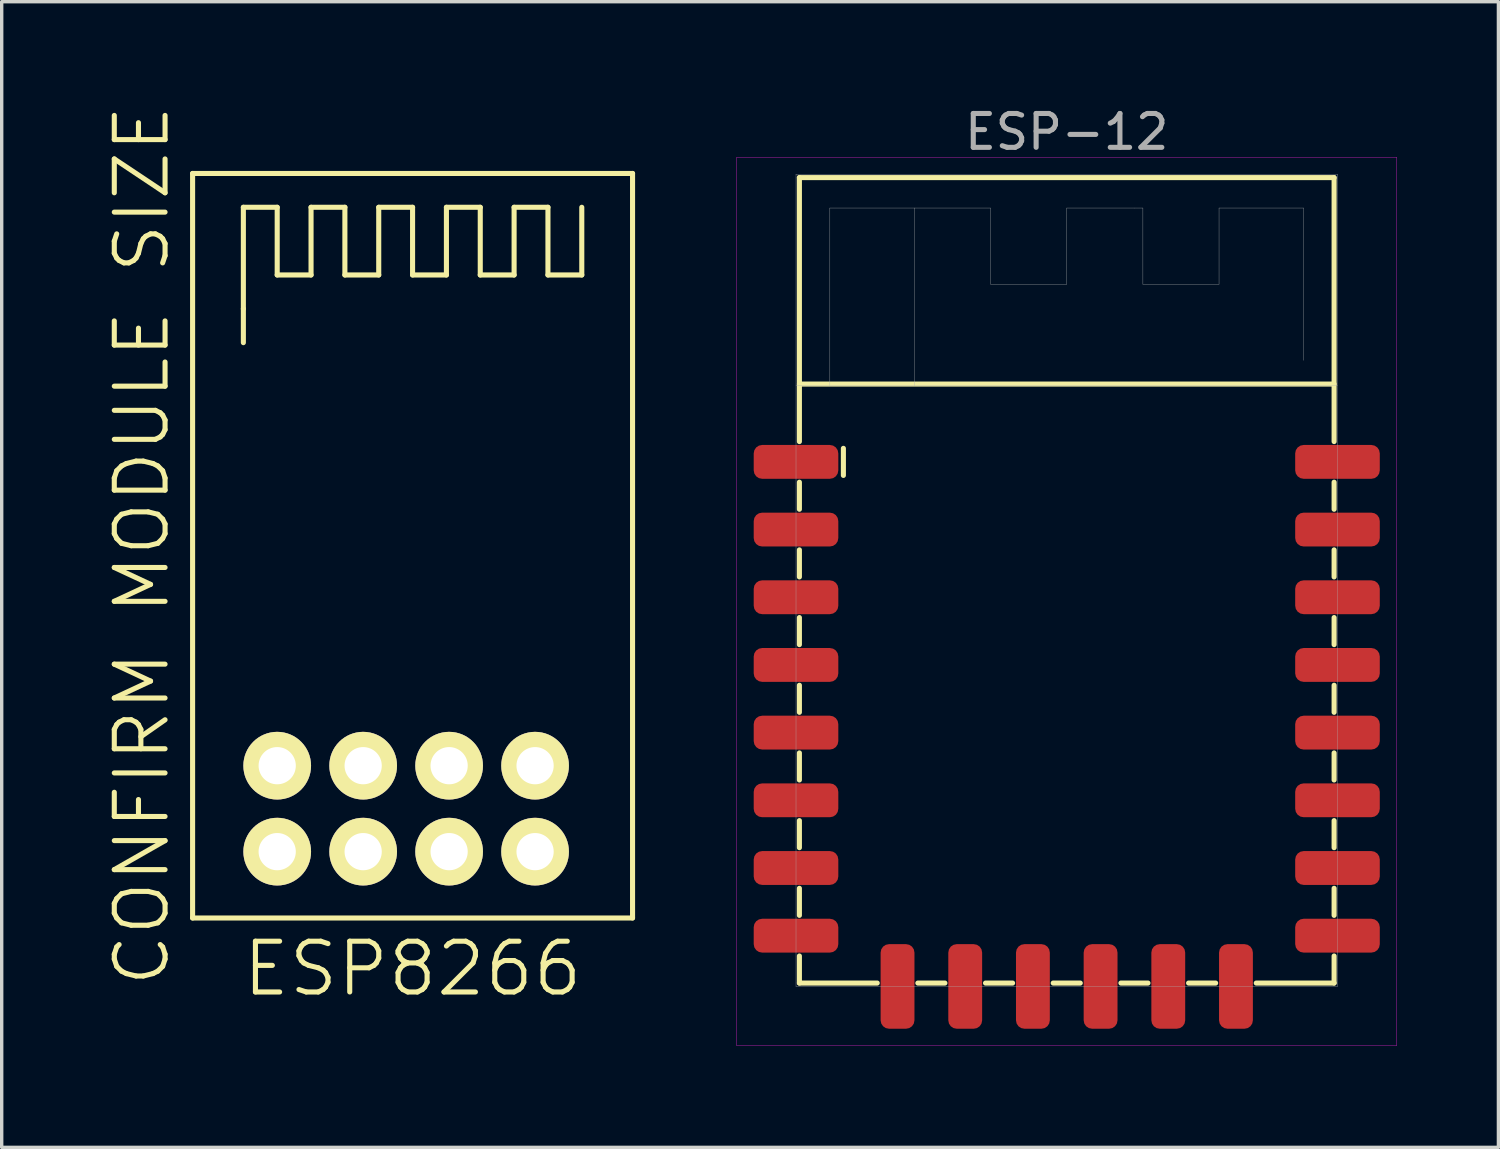
<source format=kicad_pcb>
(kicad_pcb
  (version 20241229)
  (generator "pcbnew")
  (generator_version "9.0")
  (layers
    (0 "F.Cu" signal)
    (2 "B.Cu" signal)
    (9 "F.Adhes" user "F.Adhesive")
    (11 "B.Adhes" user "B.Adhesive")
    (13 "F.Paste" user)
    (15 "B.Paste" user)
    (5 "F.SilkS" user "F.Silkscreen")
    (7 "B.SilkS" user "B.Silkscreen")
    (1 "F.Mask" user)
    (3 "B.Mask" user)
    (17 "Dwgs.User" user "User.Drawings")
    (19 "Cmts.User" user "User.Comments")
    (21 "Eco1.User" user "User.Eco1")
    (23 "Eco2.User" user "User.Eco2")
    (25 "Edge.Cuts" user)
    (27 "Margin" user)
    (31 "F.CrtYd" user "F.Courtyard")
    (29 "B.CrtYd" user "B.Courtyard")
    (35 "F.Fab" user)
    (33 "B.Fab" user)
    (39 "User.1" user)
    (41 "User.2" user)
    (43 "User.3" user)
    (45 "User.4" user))
  (footprint "ESP-12"
    (layer "F.Cu")
    (at 28.471 10.598)
    (property "Reference" "ESP-12" (at 0 -9.75 0) (layer "F.Fab") (effects (font (size 1 1) (thickness 0.15))))
    (attr through_hole)
    (fp_line (start -7.9 -8.4) (end -7.9 -0.6) (stroke (width 0.15) (type solid)) (layer "F.SilkS"))
    (fp_line (start -7.9 -2.3) (end 7.9 -2.3) (stroke (width 0.15) (type solid)) (layer "F.SilkS"))
    (fp_line (start -7.9 0.6) (end -7.9 1.4) (stroke (width 0.15) (type solid)) (layer "F.SilkS"))
    (fp_line (start -7.9 2.6) (end -7.9 3.4) (stroke (width 0.15) (type solid)) (layer "F.SilkS"))
    (fp_line (start -7.9 4.6) (end -7.9 5.4) (stroke (width 0.15) (type solid)) (layer "F.SilkS"))
    (fp_line (start -7.9 6.6) (end -7.9 7.4) (stroke (width 0.15) (type solid)) (layer "F.SilkS"))
    (fp_line (start -7.9 8.6) (end -7.9 9.4) (stroke (width 0.15) (type solid)) (layer "F.SilkS"))
    (fp_line (start -7.9 10.6) (end -7.9 11.4) (stroke (width 0.15) (type solid)) (layer "F.SilkS"))
    (fp_line (start -7.9 12.6) (end -7.9 13.4) (stroke (width 0.15) (type solid)) (layer "F.SilkS"))
    (fp_line (start -7.9 14.6) (end -7.9 15.4) (stroke (width 0.15) (type solid)) (layer "F.SilkS"))
    (fp_line (start -7.9 15.4) (end -5.6 15.4) (stroke (width 0.15) (type solid)) (layer "F.SilkS"))
    (fp_line (start -6.6 -0.4) (end -6.6 0.4) (stroke (width 0.15) (type solid)) (layer "F.SilkS"))
    (fp_line (start -4.4 15.4) (end -3.6 15.4) (stroke (width 0.15) (type solid)) (layer "F.SilkS"))
    (fp_line (start -2.4 15.4) (end -1.6 15.4) (stroke (width 0.15) (type solid)) (layer "F.SilkS"))
    (fp_line (start -0.4 15.4) (end 0.4 15.4) (stroke (width 0.15) (type solid)) (layer "F.SilkS"))
    (fp_line (start 1.6 15.4) (end 2.4 15.4) (stroke (width 0.15) (type solid)) (layer "F.SilkS"))
    (fp_line (start 3.6 15.4) (end 4.4 15.4) (stroke (width 0.15) (type solid)) (layer "F.SilkS"))
    (fp_line (start 5.6 15.4) (end 7.9 15.4) (stroke (width 0.15) (type solid)) (layer "F.SilkS"))
    (fp_line (start 7.9 -8.4) (end -7.9 -8.4) (stroke (width 0.15) (type solid)) (layer "F.SilkS"))
    (fp_line (start 7.9 -0.6) (end 7.9 -8.4) (stroke (width 0.15) (type solid)) (layer "F.SilkS"))
    (fp_line (start 7.9 1.4) (end 7.9 0.6) (stroke (width 0.15) (type solid)) (layer "F.SilkS"))
    (fp_line (start 7.9 3.4) (end 7.9 2.6) (stroke (width 0.15) (type solid)) (layer "F.SilkS"))
    (fp_line (start 7.9 5.4) (end 7.9 4.6) (stroke (width 0.15) (type solid)) (layer "F.SilkS"))
    (fp_line (start 7.9 7.4) (end 7.9 6.6) (stroke (width 0.15) (type solid)) (layer "F.SilkS"))
    (fp_line (start 7.9 9.4) (end 7.9 8.6) (stroke (width 0.15) (type solid)) (layer "F.SilkS"))
    (fp_line (start 7.9 11.4) (end 7.9 10.6) (stroke (width 0.15) (type solid)) (layer "F.SilkS"))
    (fp_line (start 7.9 13.4) (end 7.9 12.6) (stroke (width 0.15) (type solid)) (layer "F.SilkS"))
    (fp_line (start 7.9 15.4) (end 7.9 14.6) (stroke (width 0.15) (type solid)) (layer "F.SilkS"))
    (fp_line (start -9.75 -9) (end -9.75 17.25) (stroke (width 0.01) (type solid)) (layer "F.CrtYd"))
    (fp_line (start -9.75 17.25) (end 9.75 17.25) (stroke (width 0.01) (type solid)) (layer "F.CrtYd"))
    (fp_line (start 9.75 -9) (end -9.75 -9) (stroke (width 0.01) (type solid)) (layer "F.CrtYd"))
    (fp_line (start 9.75 17.25) (end 9.75 -9) (stroke (width 0.01) (type solid)) (layer "F.CrtYd"))
    (fp_line (start -8 -8.5) (end 8 -8.5) (stroke (width 0.01) (type solid)) (layer "F.Fab"))
    (fp_line (start -8 -2.25) (end 8 -2.25) (stroke (width 0.01) (type solid)) (layer "F.Fab"))
    (fp_line (start -8 15.5) (end -8 -8.5) (stroke (width 0.01) (type solid)) (layer "F.Fab"))
    (fp_line (start -7 -7.5) (end -4.5 -7.5) (stroke (width 0.01) (type solid)) (layer "F.Fab"))
    (fp_line (start -7 -2.25) (end -7 -7.5) (stroke (width 0.01) (type solid)) (layer "F.Fab"))
    (fp_line (start -4.5 -7.5) (end -4.5 -2.25) (stroke (width 0.01) (type solid)) (layer "F.Fab"))
    (fp_line (start -4.5 -7.5) (end -2.25 -7.5) (stroke (width 0.01) (type solid)) (layer "F.Fab"))
    (fp_line (start -2.25 -7.5) (end -2.25 -5.25) (stroke (width 0.01) (type solid)) (layer "F.Fab"))
    (fp_line (start -2.25 -5.25) (end 0 -5.25) (stroke (width 0.01) (type solid)) (layer "F.Fab"))
    (fp_line (start 0 -7.5) (end 2 -7.5) (stroke (width 0.01) (type solid)) (layer "F.Fab"))
    (fp_line (start 0 -5.25) (end 0 -7.5) (stroke (width 0.01) (type solid)) (layer "F.Fab"))
    (fp_line (start 2 -7.5) (end 2.25 -7.5) (stroke (width 0.01) (type solid)) (layer "F.Fab"))
    (fp_line (start 2.25 -7.5) (end 2.25 -5.25) (stroke (width 0.01) (type solid)) (layer "F.Fab"))
    (fp_line (start 2.25 -5.25) (end 4.5 -5.25) (stroke (width 0.01) (type solid)) (layer "F.Fab"))
    (fp_line (start 4.5 -7.5) (end 7 -7.5) (stroke (width 0.01) (type solid)) (layer "F.Fab"))
    (fp_line (start 4.5 -5.25) (end 4.5 -7.5) (stroke (width 0.01) (type solid)) (layer "F.Fab"))
    (fp_line (start 7 -7.5) (end 7 -3) (stroke (width 0.01) (type solid)) (layer "F.Fab"))
    (fp_line (start 8 -8.5) (end 8 15.5) (stroke (width 0.01) (type solid)) (layer "F.Fab"))
    (fp_line (start 8 15.5) (end -8 15.5) (stroke (width 0.01) (type solid)) (layer "F.Fab"))
    (pad "1" smd roundrect (at -8 0) (size 2.5 1) (layers "F.Cu" "F.Mask" "F.Paste") (roundrect_rratio 0.25))
    (pad "2" smd roundrect (at -8 2) (size 2.5 1) (layers "F.Cu" "F.Mask" "F.Paste") (roundrect_rratio 0.25))
    (pad "3" smd roundrect (at -8 4) (size 2.5 1) (layers "F.Cu" "F.Mask" "F.Paste") (roundrect_rratio 0.25))
    (pad "4" smd roundrect (at -8 6) (size 2.5 1) (layers "F.Cu" "F.Mask" "F.Paste") (roundrect_rratio 0.25))
    (pad "5" smd roundrect (at -8 8) (size 2.5 1) (layers "F.Cu" "F.Mask" "F.Paste") (roundrect_rratio 0.25))
    (pad "6" smd roundrect (at -8 10) (size 2.5 1) (layers "F.Cu" "F.Mask" "F.Paste") (roundrect_rratio 0.25))
    (pad "7" smd roundrect (at -8 12) (size 2.5 1) (layers "F.Cu" "F.Mask" "F.Paste") (roundrect_rratio 0.25))
    (pad "8" smd roundrect (at -8 14) (size 2.5 1) (layers "F.Cu" "F.Mask" "F.Paste") (roundrect_rratio 0.25))
    (pad "9" smd roundrect (at -5 15.5 90) (size 2.5 1) (layers "F.Cu" "F.Mask" "F.Paste") (roundrect_rratio 0.25))
    (pad "10" smd roundrect (at -3 15.5 90) (size 2.5 1) (layers "F.Cu" "F.Mask" "F.Paste") (roundrect_rratio 0.25))
    (pad "11" smd roundrect (at -1 15.5 90) (size 2.5 1) (layers "F.Cu" "F.Mask" "F.Paste") (roundrect_rratio 0.25))
    (pad "12" smd roundrect (at 1 15.5 90) (size 2.5 1) (layers "F.Cu" "F.Mask" "F.Paste") (roundrect_rratio 0.25))
    (pad "13" smd roundrect (at 3 15.5 90) (size 2.5 1) (layers "F.Cu" "F.Mask" "F.Paste") (roundrect_rratio 0.25))
    (pad "14" smd roundrect (at 5 15.5 90) (size 2.5 1) (layers "F.Cu" "F.Mask" "F.Paste") (roundrect_rratio 0.25))
    (pad "15" smd roundrect (at 8 14) (size 2.5 1) (layers "F.Cu" "F.Mask" "F.Paste") (roundrect_rratio 0.25))
    (pad "16" smd roundrect (at 8 12) (size 2.5 1) (layers "F.Cu" "F.Mask" "F.Paste") (roundrect_rratio 0.25))
    (pad "17" smd roundrect (at 8 10) (size 2.5 1) (layers "F.Cu" "F.Mask" "F.Paste") (roundrect_rratio 0.25))
    (pad "18" smd roundrect (at 8 8) (size 2.5 1) (layers "F.Cu" "F.Mask" "F.Paste") (roundrect_rratio 0.25))
    (pad "19" smd roundrect (at 8 6) (size 2.5 1) (layers "F.Cu" "F.Mask" "F.Paste") (roundrect_rratio 0.25))
    (pad "20" smd roundrect (at 8 4) (size 2.5 1) (layers "F.Cu" "F.Mask" "F.Paste") (roundrect_rratio 0.25))
    (pad "21" smd roundrect (at 8 2) (size 2.5 1) (layers "F.Cu" "F.Mask" "F.Paste") (roundrect_rratio 0.25))
    (pad "22" smd roundrect (at 8 0) (size 2.5 1) (layers "F.Cu" "F.Mask" "F.Paste") (roundrect_rratio 0.25)))
  (footprint "ESP8266"
    (layer "F.Cu")
    (at 5.141 19.575)
    (property "Reference" "ESP8266" (at 4 6 0) (layer "F.SilkS") (effects (font (size 1.5 1.5) (thickness 0.15))))
    (attr through_hole)
    (fp_line (start -2.5 -17.5) (end -2.5 4.5) (stroke (width 0.15) (type solid)) (layer "F.SilkS"))
    (fp_line (start -2.5 4.5) (end 10.5 4.5) (stroke (width 0.15) (type solid)) (layer "F.SilkS"))
    (fp_line (start -1 -16.5) (end 0 -16.5) (stroke (width 0.15) (type solid)) (layer "F.SilkS"))
    (fp_line (start -1 -13.5) (end -1 -16.5) (stroke (width 0.15) (type solid)) (layer "F.SilkS"))
    (fp_line (start -1 -13.5) (end -1 -12.5) (stroke (width 0.15) (type solid)) (layer "F.SilkS"))
    (fp_line (start 0 -16.5) (end 0 -14.5) (stroke (width 0.15) (type solid)) (layer "F.SilkS"))
    (fp_line (start 0 -14.5) (end 1 -14.5) (stroke (width 0.15) (type solid)) (layer "F.SilkS"))
    (fp_line (start 1 -16.5) (end 2 -16.5) (stroke (width 0.15) (type solid)) (layer "F.SilkS"))
    (fp_line (start 1 -14.5) (end 1 -16.5) (stroke (width 0.15) (type solid)) (layer "F.SilkS"))
    (fp_line (start 2 -16.5) (end 2 -14.5) (stroke (width 0.15) (type solid)) (layer "F.SilkS"))
    (fp_line (start 2 -14.5) (end 3 -14.5) (stroke (width 0.15) (type solid)) (layer "F.SilkS"))
    (fp_line (start 3 -16.5) (end 4 -16.5) (stroke (width 0.15) (type solid)) (layer "F.SilkS"))
    (fp_line (start 3 -14.5) (end 3 -16.5) (stroke (width 0.15) (type solid)) (layer "F.SilkS"))
    (fp_line (start 4 -16.5) (end 4 -14.5) (stroke (width 0.15) (type solid)) (layer "F.SilkS"))
    (fp_line (start 4 -14.5) (end 5 -14.5) (stroke (width 0.15) (type solid)) (layer "F.SilkS"))
    (fp_line (start 5 -16.5) (end 6 -16.5) (stroke (width 0.15) (type solid)) (layer "F.SilkS"))
    (fp_line (start 5 -14.5) (end 5 -16.5) (stroke (width 0.15) (type solid)) (layer "F.SilkS"))
    (fp_line (start 6 -16.5) (end 6 -14.5) (stroke (width 0.15) (type solid)) (layer "F.SilkS"))
    (fp_line (start 6 -14.5) (end 7 -14.5) (stroke (width 0.15) (type solid)) (layer "F.SilkS"))
    (fp_line (start 7 -16.5) (end 8 -16.5) (stroke (width 0.15) (type solid)) (layer "F.SilkS"))
    (fp_line (start 7 -14.5) (end 7 -16.5) (stroke (width 0.15) (type solid)) (layer "F.SilkS"))
    (fp_line (start 8 -16.5) (end 8 -14.5) (stroke (width 0.15) (type solid)) (layer "F.SilkS"))
    (fp_line (start 8 -14.5) (end 9 -14.5) (stroke (width 0.15) (type solid)) (layer "F.SilkS"))
    (fp_line (start 9 -14.5) (end 9 -16.5) (stroke (width 0.15) (type solid)) (layer "F.SilkS"))
    (fp_line (start 10.5 -17.5) (end -2.5 -17.5) (stroke (width 0.15) (type solid)) (layer "F.SilkS"))
    (fp_line (start 10.5 4.5) (end 10.5 -17.5) (stroke (width 0.15) (type solid)) (layer "F.SilkS"))
    (fp_text user "CONFIRM MODULE SIZE" (at -4 -6.5 90) (layer "F.SilkS") (effects (font (size 1.5 1.5) (thickness 0.15))))
    (pad "1" thru_hole circle (at 0 2.54) (size 2 2) (drill 1.1) (layers "*.Cu" "*.Mask" "F.SilkS"))
    (pad "2" thru_hole circle (at 0 0) (size 2 2) (drill 1.1) (layers "*.Cu" "*.Mask" "F.SilkS"))
    (pad "3" thru_hole circle (at 2.54 2.54) (size 2 2) (drill 1.1) (layers "*.Cu" "*.Mask" "F.SilkS"))
    (pad "4" thru_hole circle (at 2.54 0) (size 2 2) (drill 1.1) (layers "*.Cu" "*.Mask" "F.SilkS"))
    (pad "5" thru_hole circle (at 5.08 2.54) (size 2 2) (drill 1.1) (layers "*.Cu" "*.Mask" "F.SilkS"))
    (pad "6" thru_hole circle (at 5.08 0) (size 2 2) (drill 1.1) (layers "*.Cu" "*.Mask" "F.SilkS"))
    (pad "7" thru_hole circle (at 7.62 2.54) (size 2 2) (drill 1.1) (layers "*.Cu" "*.Mask" "F.SilkS"))
    (pad "8" thru_hole circle (at 7.62 0) (size 2 2) (drill 1.1) (layers "*.Cu" "*.Mask" "F.SilkS")))
  (gr_rect
    (start -3 -3)
    (end 41.226 30.853)
    (stroke (width 0.1) (type default))
    (fill no)
    (layer "Edge.Cuts")))
</source>
